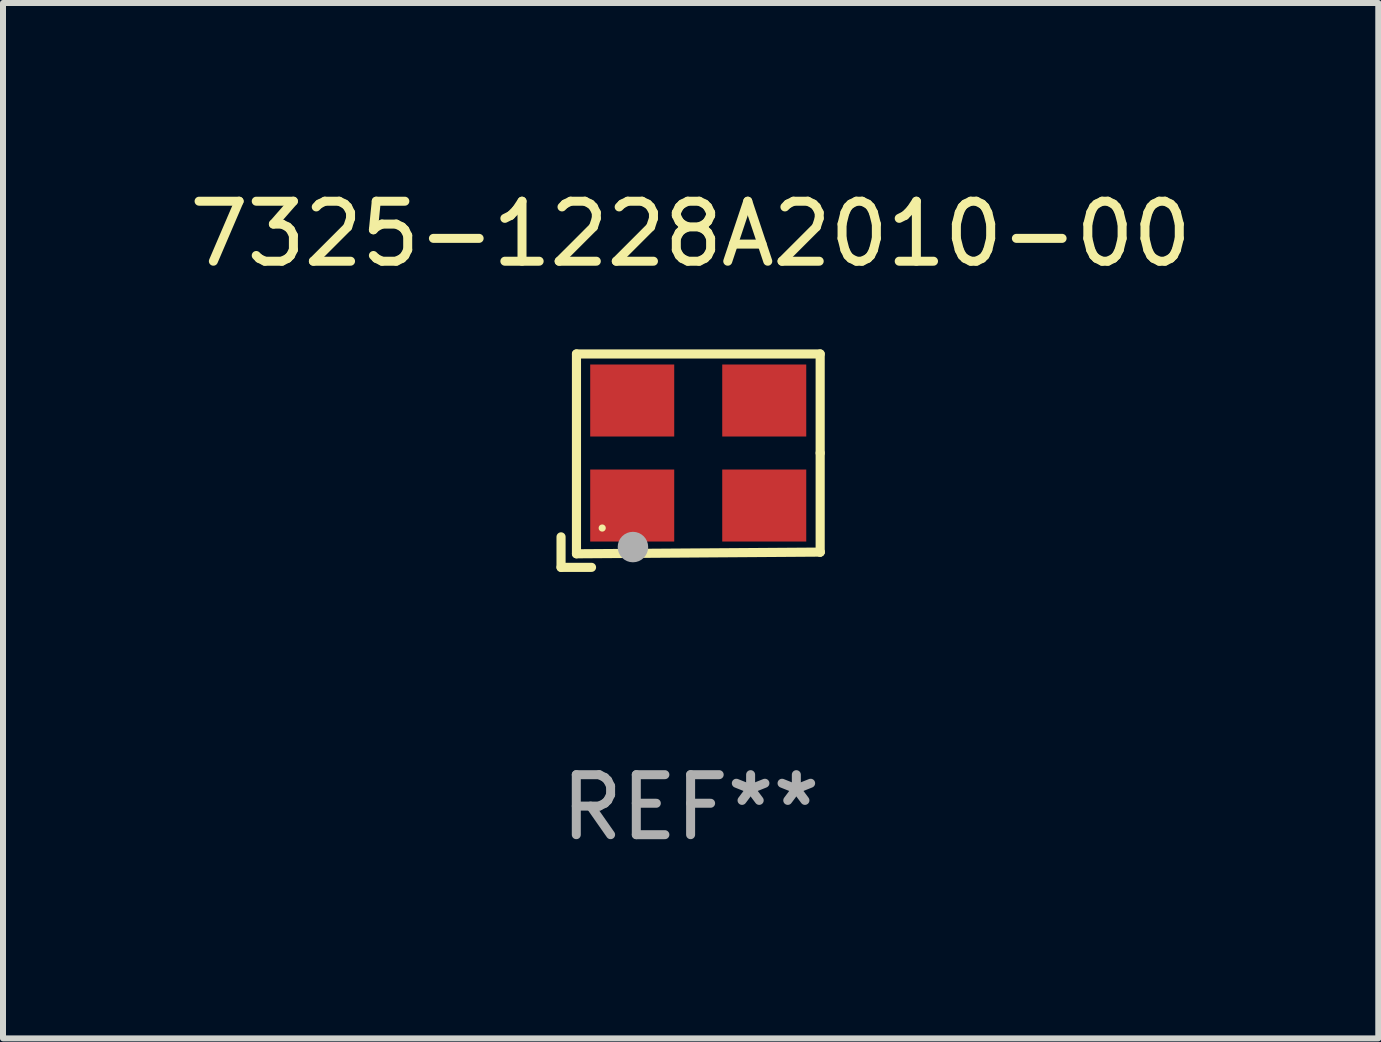
<source format=kicad_pcb>
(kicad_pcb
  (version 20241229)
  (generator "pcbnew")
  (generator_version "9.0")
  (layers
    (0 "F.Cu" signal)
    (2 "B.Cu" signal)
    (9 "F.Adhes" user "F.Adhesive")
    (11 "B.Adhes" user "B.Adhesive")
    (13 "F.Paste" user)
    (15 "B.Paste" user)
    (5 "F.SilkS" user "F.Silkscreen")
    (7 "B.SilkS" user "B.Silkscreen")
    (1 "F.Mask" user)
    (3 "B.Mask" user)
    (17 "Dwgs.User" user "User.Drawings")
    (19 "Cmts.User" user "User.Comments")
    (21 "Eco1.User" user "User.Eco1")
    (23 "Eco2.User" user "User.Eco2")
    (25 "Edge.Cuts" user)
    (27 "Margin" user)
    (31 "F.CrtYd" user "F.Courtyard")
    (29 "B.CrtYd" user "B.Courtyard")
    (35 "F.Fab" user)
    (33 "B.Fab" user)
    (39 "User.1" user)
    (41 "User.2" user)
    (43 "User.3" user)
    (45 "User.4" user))
  (footprint "7325-1228A2010-00"
    (layer "F.Cu")
    (at 8.458 4.626)
    (property "Reference" "7325-1228A2010-00" (at 0 -3.778 0) (layer "F.SilkS") (effects (font (size 1 1) (thickness 0.15))))
    (attr through_hole)
    (fp_line (start -2.159 1.27) (end -2.159 1.778) (stroke (width 0.152) (type solid)) (layer "F.SilkS"))
    (fp_line (start -2.159 1.778) (end -1.651 1.778) (stroke (width 0.152) (type solid)) (layer "F.SilkS"))
    (fp_line (start -1.902 -1.778) (end 2.159 -1.778) (stroke (width 0.152) (type solid)) (layer "F.SilkS"))
    (fp_line (start -1.902 1.552) (end -1.902 -1.778) (stroke (width 0.152) (type solid)) (layer "F.SilkS"))
    (fp_line (start 2.159 -1.778) (end 2.159 -0.127) (stroke (width 0.152) (type solid)) (layer "F.SilkS"))
    (fp_line (start 2.159 -0.127) (end 2.159 1.524) (stroke (width 0.152) (type solid)) (layer "F.SilkS"))
    (fp_line (start 2.159 1.524) (end -1.902 1.552) (stroke (width 0.152) (type solid)) (layer "F.SilkS"))
    (fp_line (start 2.159 1.524) (end 2.159 1.524) (stroke (width 0.152) (type solid)) (layer "F.SilkS"))
    (fp_circle (center -1.473 1.123) (end -1.443 1.123) (stroke (width 0.06) (type solid)) (fill no) (layer "F.SilkS"))
    (fp_circle (center -0.961 1.44) (end -0.834 1.44) (stroke (width 0.254) (type solid)) (fill no) (layer "F.Fab"))
    (fp_text user "REF**" (at 0 5.778 0) (layer "F.Fab") (effects (font (size 1 1) (thickness 0.15))))
    (pad "1" smd rect (at -0.973 0.748) (size 1.4 1.2) (layers "F.Cu" "F.Mask" "F.Paste"))
    (pad "2" smd rect (at 1.227 0.748) (size 1.4 1.2) (layers "F.Cu" "F.Mask" "F.Paste"))
    (pad "3" smd rect (at 1.227 -1.002) (size 1.4 1.2) (layers "F.Cu" "F.Mask" "F.Paste"))
    (pad "4" smd rect (at -0.973 -1.002) (size 1.4 1.2) (layers "F.Cu" "F.Mask" "F.Paste")))
  (gr_rect
    (start -3 -3)
    (end 19.917 14.253)
    (stroke (width 0.1) (type default))
    (fill no)
    (layer "Edge.Cuts")))
</source>
